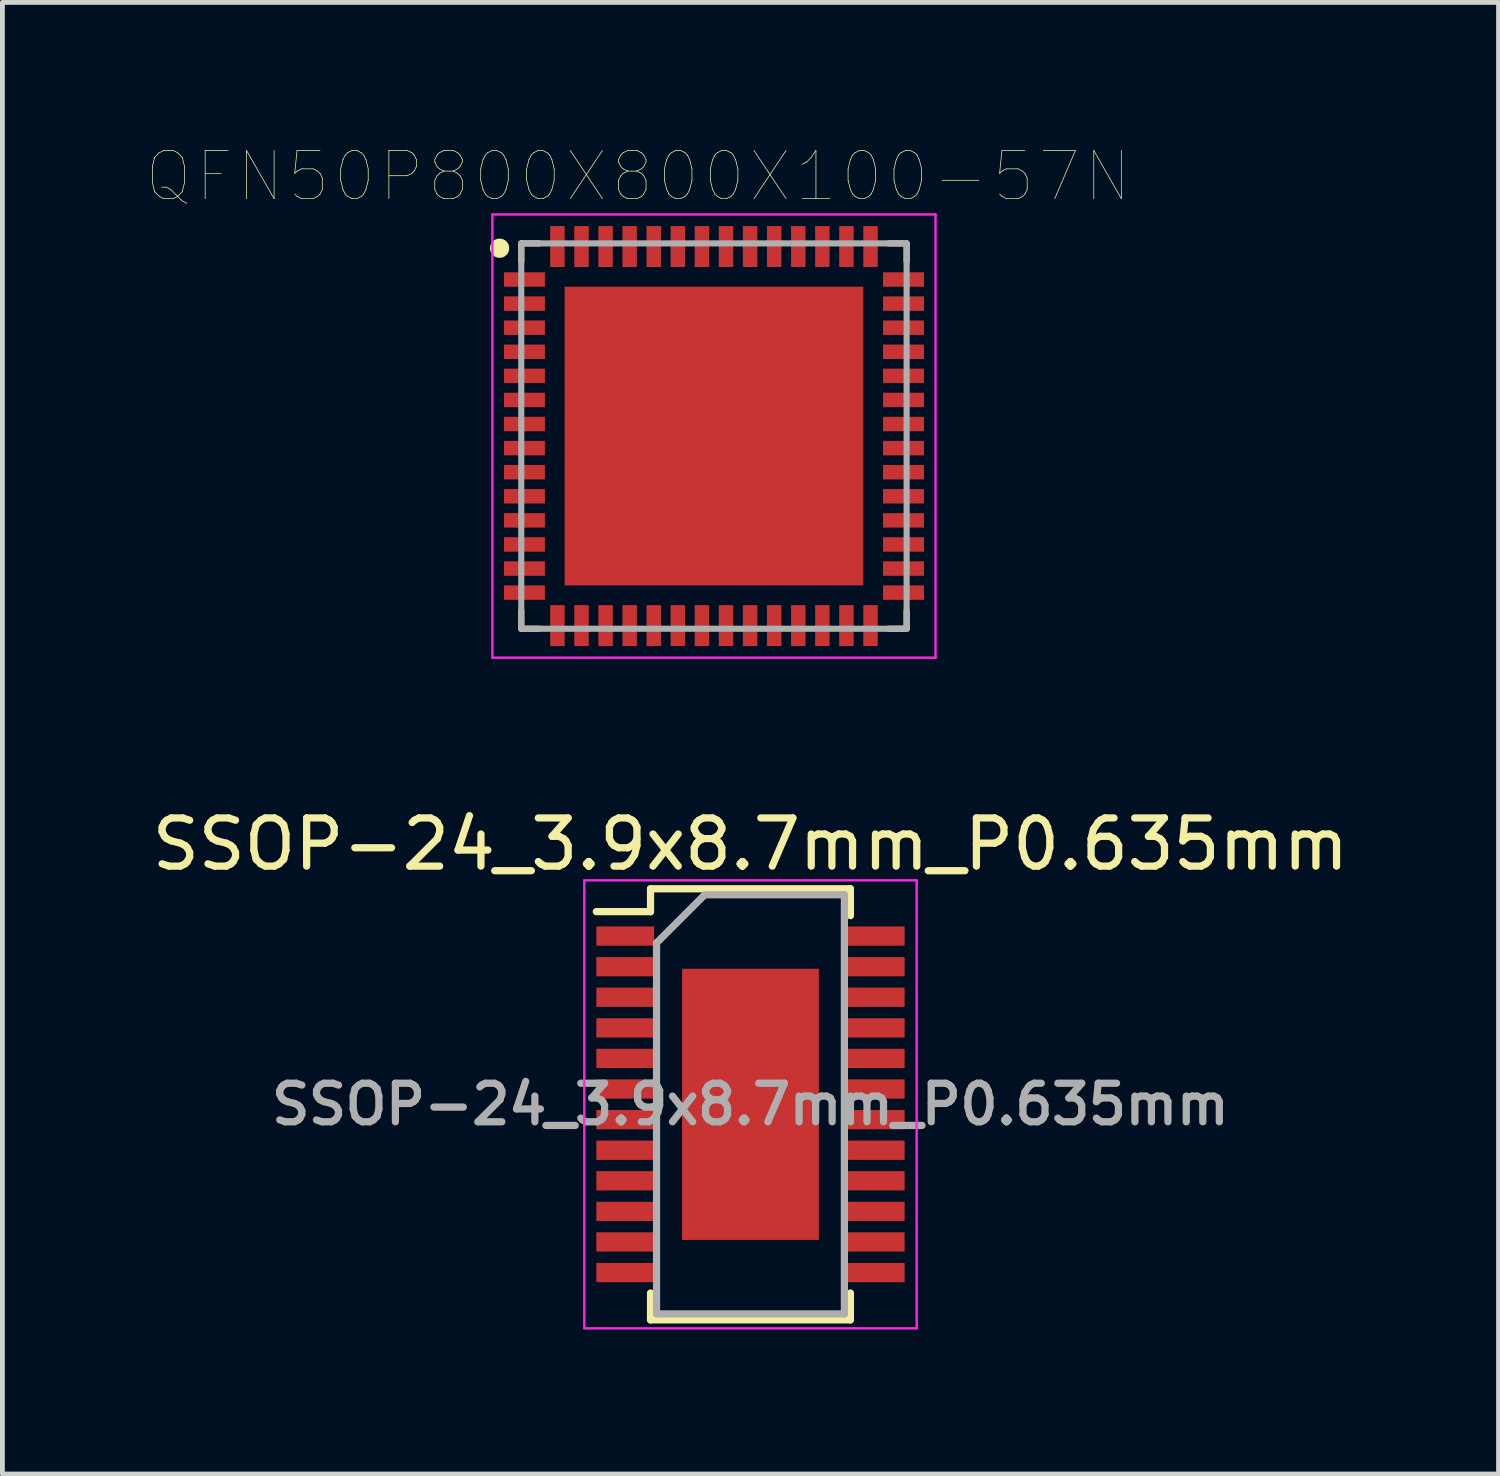
<source format=kicad_pcb>
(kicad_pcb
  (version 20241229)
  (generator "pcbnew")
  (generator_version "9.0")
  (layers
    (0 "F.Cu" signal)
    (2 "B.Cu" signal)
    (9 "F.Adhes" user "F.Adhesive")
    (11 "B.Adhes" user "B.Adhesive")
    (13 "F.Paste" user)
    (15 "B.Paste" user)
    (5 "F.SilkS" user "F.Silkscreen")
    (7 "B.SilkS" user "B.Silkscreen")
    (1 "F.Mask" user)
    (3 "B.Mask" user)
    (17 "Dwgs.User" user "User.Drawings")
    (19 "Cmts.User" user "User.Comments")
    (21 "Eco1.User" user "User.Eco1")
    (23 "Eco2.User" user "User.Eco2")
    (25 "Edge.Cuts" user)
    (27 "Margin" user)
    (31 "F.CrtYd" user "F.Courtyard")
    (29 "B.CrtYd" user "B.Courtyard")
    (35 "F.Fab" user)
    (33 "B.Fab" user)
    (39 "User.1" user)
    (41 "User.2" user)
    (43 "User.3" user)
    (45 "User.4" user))
  (footprint "QFN50P800X800X100-57N"
    (layer "F.Cu")
    (at 11.772 6.003)
    (property "Reference" "QFN50P800X800X100-57N" (at -1.577 -5.391 0) (layer "F.SilkS") (effects (font (size 1.001 1.001) (thickness 0.015))))
    (attr through_hole)
    (fp_line (start -4 -4) (end -4 -3.625) (stroke (width 0.127) (type solid)) (layer "F.SilkS"))
    (fp_line (start -4 3.625) (end -4 4) (stroke (width 0.127) (type solid)) (layer "F.SilkS"))
    (fp_line (start -4 4) (end -3.625 4) (stroke (width 0.127) (type solid)) (layer "F.SilkS"))
    (fp_line (start -3.625 -4) (end -4 -4) (stroke (width 0.127) (type solid)) (layer "F.SilkS"))
    (fp_line (start 3.625 4) (end 4 4) (stroke (width 0.127) (type solid)) (layer "F.SilkS"))
    (fp_line (start 4 -4) (end 3.625 -4) (stroke (width 0.127) (type solid)) (layer "F.SilkS"))
    (fp_line (start 4 -3.625) (end 4 -4) (stroke (width 0.127) (type solid)) (layer "F.SilkS"))
    (fp_line (start 4 4) (end 4 3.625) (stroke (width 0.127) (type solid)) (layer "F.SilkS"))
    (fp_circle (center -4.45 -3.9) (end -4.35 -3.9) (stroke (width 0.2) (type solid)) (fill no) (layer "F.SilkS"))
    (fp_poly (pts (xy -2.358 0.395) (xy -0.395 0.395) (xy -0.395 2.358) (xy -2.358 2.358)) (stroke (width 0.01) (type solid)) (fill yes) (layer "F.Paste"))
    (fp_poly (pts (xy -2.358 -2.355) (xy -0.395 -2.355) (xy -0.395 -0.396) (xy -2.358 -0.396)) (stroke (width 0.01) (type solid)) (fill yes) (layer "F.Paste"))
    (fp_poly (pts (xy 0.396 -2.355) (xy 2.355 -2.355) (xy 2.355 -0.396) (xy 0.396 -0.396)) (stroke (width 0.01) (type solid)) (fill yes) (layer "F.Paste"))
    (fp_poly (pts (xy 0.396 0.395) (xy 2.355 0.395) (xy 2.355 2.36) (xy 0.396 2.36)) (stroke (width 0.01) (type solid)) (fill yes) (layer "F.Paste"))
    (fp_line (start -4.6 -4.6) (end 4.6 -4.6) (stroke (width 0.05) (type solid)) (layer "F.CrtYd"))
    (fp_line (start -4.6 4.6) (end -4.6 -4.6) (stroke (width 0.05) (type solid)) (layer "F.CrtYd"))
    (fp_line (start 4.6 -4.6) (end 4.6 4.6) (stroke (width 0.05) (type solid)) (layer "F.CrtYd"))
    (fp_line (start 4.6 4.6) (end -4.6 4.6) (stroke (width 0.05) (type solid)) (layer "F.CrtYd"))
    (fp_line (start -4 -4) (end 4 -4) (stroke (width 0.127) (type solid)) (layer "F.Fab"))
    (fp_line (start -4 4) (end -4 -4) (stroke (width 0.127) (type solid)) (layer "F.Fab"))
    (fp_line (start 4 -4) (end 4 4) (stroke (width 0.127) (type solid)) (layer "F.Fab"))
    (fp_line (start 4 4) (end -4 4) (stroke (width 0.127) (type solid)) (layer "F.Fab"))
    (pad "1" smd rect (at -3.935 -3.25) (size 0.85 0.3) (layers "F.Cu" "F.Mask" "F.Paste"))
    (pad "2" smd rect (at -3.935 -2.75) (size 0.85 0.3) (layers "F.Cu" "F.Mask" "F.Paste"))
    (pad "3" smd rect (at -3.935 -2.25) (size 0.85 0.3) (layers "F.Cu" "F.Mask" "F.Paste"))
    (pad "4" smd rect (at -3.935 -1.75) (size 0.85 0.3) (layers "F.Cu" "F.Mask" "F.Paste"))
    (pad "5" smd rect (at -3.935 -1.25) (size 0.85 0.3) (layers "F.Cu" "F.Mask" "F.Paste"))
    (pad "6" smd rect (at -3.935 -0.75) (size 0.85 0.3) (layers "F.Cu" "F.Mask" "F.Paste"))
    (pad "7" smd rect (at -3.935 -0.25) (size 0.85 0.3) (layers "F.Cu" "F.Mask" "F.Paste"))
    (pad "8" smd rect (at -3.935 0.25) (size 0.85 0.3) (layers "F.Cu" "F.Mask" "F.Paste"))
    (pad "9" smd rect (at -3.935 0.75) (size 0.85 0.3) (layers "F.Cu" "F.Mask" "F.Paste"))
    (pad "10" smd rect (at -3.935 1.25) (size 0.85 0.3) (layers "F.Cu" "F.Mask" "F.Paste"))
    (pad "11" smd rect (at -3.935 1.75) (size 0.85 0.3) (layers "F.Cu" "F.Mask" "F.Paste"))
    (pad "12" smd rect (at -3.935 2.25) (size 0.85 0.3) (layers "F.Cu" "F.Mask" "F.Paste"))
    (pad "13" smd rect (at -3.935 2.75) (size 0.85 0.3) (layers "F.Cu" "F.Mask" "F.Paste"))
    (pad "14" smd rect (at -3.935 3.25) (size 0.85 0.3) (layers "F.Cu" "F.Mask" "F.Paste"))
    (pad "15" smd rect (at -3.25 3.935) (size 0.3 0.85) (layers "F.Cu" "F.Mask" "F.Paste"))
    (pad "16" smd rect (at -2.75 3.935) (size 0.3 0.85) (layers "F.Cu" "F.Mask" "F.Paste"))
    (pad "17" smd rect (at -2.25 3.935) (size 0.3 0.85) (layers "F.Cu" "F.Mask" "F.Paste"))
    (pad "18" smd rect (at -1.75 3.935) (size 0.3 0.85) (layers "F.Cu" "F.Mask" "F.Paste"))
    (pad "19" smd rect (at -1.25 3.935) (size 0.3 0.85) (layers "F.Cu" "F.Mask" "F.Paste"))
    (pad "20" smd rect (at -0.75 3.935) (size 0.3 0.85) (layers "F.Cu" "F.Mask" "F.Paste"))
    (pad "21" smd rect (at -0.25 3.935) (size 0.3 0.85) (layers "F.Cu" "F.Mask" "F.Paste"))
    (pad "22" smd rect (at 0.25 3.935) (size 0.3 0.85) (layers "F.Cu" "F.Mask" "F.Paste"))
    (pad "23" smd rect (at 0.75 3.935) (size 0.3 0.85) (layers "F.Cu" "F.Mask" "F.Paste"))
    (pad "24" smd rect (at 1.25 3.935) (size 0.3 0.85) (layers "F.Cu" "F.Mask" "F.Paste"))
    (pad "25" smd rect (at 1.75 3.935) (size 0.3 0.85) (layers "F.Cu" "F.Mask" "F.Paste"))
    (pad "26" smd rect (at 2.25 3.935) (size 0.3 0.85) (layers "F.Cu" "F.Mask" "F.Paste"))
    (pad "27" smd rect (at 2.75 3.935) (size 0.3 0.85) (layers "F.Cu" "F.Mask" "F.Paste"))
    (pad "28" smd rect (at 3.25 3.935) (size 0.3 0.85) (layers "F.Cu" "F.Mask" "F.Paste"))
    (pad "29" smd rect (at 3.935 3.25) (size 0.85 0.3) (layers "F.Cu" "F.Mask" "F.Paste"))
    (pad "30" smd rect (at 3.935 2.75) (size 0.85 0.3) (layers "F.Cu" "F.Mask" "F.Paste"))
    (pad "31" smd rect (at 3.935 2.25) (size 0.85 0.3) (layers "F.Cu" "F.Mask" "F.Paste"))
    (pad "32" smd rect (at 3.935 1.75) (size 0.85 0.3) (layers "F.Cu" "F.Mask" "F.Paste"))
    (pad "33" smd rect (at 3.935 1.25) (size 0.85 0.3) (layers "F.Cu" "F.Mask" "F.Paste"))
    (pad "34" smd rect (at 3.935 0.75) (size 0.85 0.3) (layers "F.Cu" "F.Mask" "F.Paste"))
    (pad "35" smd rect (at 3.935 0.25) (size 0.85 0.3) (layers "F.Cu" "F.Mask" "F.Paste"))
    (pad "36" smd rect (at 3.935 -0.25) (size 0.85 0.3) (layers "F.Cu" "F.Mask" "F.Paste"))
    (pad "37" smd rect (at 3.935 -0.75) (size 0.85 0.3) (layers "F.Cu" "F.Mask" "F.Paste"))
    (pad "38" smd rect (at 3.935 -1.25) (size 0.85 0.3) (layers "F.Cu" "F.Mask" "F.Paste"))
    (pad "39" smd rect (at 3.935 -1.75) (size 0.85 0.3) (layers "F.Cu" "F.Mask" "F.Paste"))
    (pad "40" smd rect (at 3.935 -2.25) (size 0.85 0.3) (layers "F.Cu" "F.Mask" "F.Paste"))
    (pad "41" smd rect (at 3.935 -2.75) (size 0.85 0.3) (layers "F.Cu" "F.Mask" "F.Paste"))
    (pad "42" smd rect (at 3.935 -3.25) (size 0.85 0.3) (layers "F.Cu" "F.Mask" "F.Paste"))
    (pad "43" smd rect (at 3.25 -3.935) (size 0.3 0.85) (layers "F.Cu" "F.Mask" "F.Paste"))
    (pad "44" smd rect (at 2.75 -3.935) (size 0.3 0.85) (layers "F.Cu" "F.Mask" "F.Paste"))
    (pad "45" smd rect (at 2.25 -3.935) (size 0.3 0.85) (layers "F.Cu" "F.Mask" "F.Paste"))
    (pad "46" smd rect (at 1.75 -3.935) (size 0.3 0.85) (layers "F.Cu" "F.Mask" "F.Paste"))
    (pad "47" smd rect (at 1.25 -3.935) (size 0.3 0.85) (layers "F.Cu" "F.Mask" "F.Paste"))
    (pad "48" smd rect (at 0.75 -3.935) (size 0.3 0.85) (layers "F.Cu" "F.Mask" "F.Paste"))
    (pad "49" smd rect (at 0.25 -3.935) (size 0.3 0.85) (layers "F.Cu" "F.Mask" "F.Paste"))
    (pad "50" smd rect (at -0.25 -3.935) (size 0.3 0.85) (layers "F.Cu" "F.Mask" "F.Paste"))
    (pad "51" smd rect (at -0.75 -3.935) (size 0.3 0.85) (layers "F.Cu" "F.Mask" "F.Paste"))
    (pad "52" smd rect (at -1.25 -3.935) (size 0.3 0.85) (layers "F.Cu" "F.Mask" "F.Paste"))
    (pad "53" smd rect (at -1.75 -3.935) (size 0.3 0.85) (layers "F.Cu" "F.Mask" "F.Paste"))
    (pad "54" smd rect (at -2.25 -3.935) (size 0.3 0.85) (layers "F.Cu" "F.Mask" "F.Paste"))
    (pad "55" smd rect (at -2.75 -3.935) (size 0.3 0.85) (layers "F.Cu" "F.Mask" "F.Paste"))
    (pad "56" smd rect (at -3.25 -3.935) (size 0.3 0.85) (layers "F.Cu" "F.Mask" "F.Paste"))
    (pad "57" smd rect (at 0 0) (size 6.2 6.2) (layers "F.Cu" "F.Mask")))
  (footprint "SSOP-24_3.9x8.7mm_P0.635mm"
    (layer "F.Cu")
    (at 12.53 19.876)
    (property "Reference" "SSOP-24_3.9x8.7mm_P0.635mm" (at 0 -5.4 0) (layer "F.SilkS") (effects (font (size 1 1) (thickness 0.15))))
    (attr smd)
    (fp_line (start -2.075 -4.475) (end -2.075 -4) (stroke (width 0.15) (type solid)) (layer "F.SilkS"))
    (fp_line (start -2.075 -4.475) (end 2.075 -4.475) (stroke (width 0.15) (type solid)) (layer "F.SilkS"))
    (fp_line (start -2.075 -4) (end -3.2 -4) (stroke (width 0.15) (type solid)) (layer "F.SilkS"))
    (fp_line (start -2.075 4.475) (end -2.075 3.917) (stroke (width 0.15) (type solid)) (layer "F.SilkS"))
    (fp_line (start -2.075 4.475) (end 2.075 4.475) (stroke (width 0.15) (type solid)) (layer "F.SilkS"))
    (fp_line (start 2.075 -4.475) (end 2.075 -3.917) (stroke (width 0.15) (type solid)) (layer "F.SilkS"))
    (fp_line (start 2.075 4.475) (end 2.075 3.917) (stroke (width 0.15) (type solid)) (layer "F.SilkS"))
    (fp_line (start -3.45 -4.65) (end -3.45 4.65) (stroke (width 0.05) (type solid)) (layer "F.CrtYd"))
    (fp_line (start -3.45 -4.65) (end 3.45 -4.65) (stroke (width 0.05) (type solid)) (layer "F.CrtYd"))
    (fp_line (start -3.45 4.65) (end 3.45 4.65) (stroke (width 0.05) (type solid)) (layer "F.CrtYd"))
    (fp_line (start 3.45 -4.65) (end 3.45 4.65) (stroke (width 0.05) (type solid)) (layer "F.CrtYd"))
    (fp_line (start -1.95 -3.35) (end -0.95 -4.35) (stroke (width 0.15) (type solid)) (layer "F.Fab"))
    (fp_line (start -1.95 4.35) (end -1.95 -3.35) (stroke (width 0.15) (type solid)) (layer "F.Fab"))
    (fp_line (start -0.95 -4.35) (end 1.95 -4.35) (stroke (width 0.15) (type solid)) (layer "F.Fab"))
    (fp_line (start 1.95 -4.35) (end 1.95 4.35) (stroke (width 0.15) (type solid)) (layer "F.Fab"))
    (fp_line (start 1.95 4.35) (end -1.95 4.35) (stroke (width 0.15) (type solid)) (layer "F.Fab"))
    (fp_text user "${REFERENCE}" (at 0 0 0) (layer "F.Fab") (effects (font (size 0.8 0.8) (thickness 0.15))))
    (pad "1" smd rect (at -2.6 -3.493) (size 1.2 0.4) (layers "F.Cu" "F.Mask" "F.Paste"))
    (pad "2" smd rect (at -2.6 -2.857) (size 1.2 0.4) (layers "F.Cu" "F.Mask" "F.Paste"))
    (pad "3" smd rect (at -2.6 -2.223) (size 1.2 0.4) (layers "F.Cu" "F.Mask" "F.Paste"))
    (pad "4" smd rect (at -2.6 -1.587) (size 1.2 0.4) (layers "F.Cu" "F.Mask" "F.Paste"))
    (pad "5" smd rect (at -2.6 -0.953) (size 1.2 0.4) (layers "F.Cu" "F.Mask" "F.Paste"))
    (pad "6" smd rect (at -2.6 -0.318) (size 1.2 0.4) (layers "F.Cu" "F.Mask" "F.Paste"))
    (pad "7" smd rect (at -2.6 0.318) (size 1.2 0.4) (layers "F.Cu" "F.Mask" "F.Paste"))
    (pad "8" smd rect (at -2.6 0.953) (size 1.2 0.4) (layers "F.Cu" "F.Mask" "F.Paste"))
    (pad "9" smd rect (at -2.6 1.587) (size 1.2 0.4) (layers "F.Cu" "F.Mask" "F.Paste"))
    (pad "10" smd rect (at -2.6 2.223) (size 1.2 0.4) (layers "F.Cu" "F.Mask" "F.Paste"))
    (pad "11" smd rect (at -2.6 2.857) (size 1.2 0.4) (layers "F.Cu" "F.Mask" "F.Paste"))
    (pad "12" smd rect (at -2.6 3.493) (size 1.2 0.4) (layers "F.Cu" "F.Mask" "F.Paste"))
    (pad "13" smd rect (at 2.6 3.493) (size 1.2 0.4) (layers "F.Cu" "F.Mask" "F.Paste"))
    (pad "14" smd rect (at 2.6 2.857) (size 1.2 0.4) (layers "F.Cu" "F.Mask" "F.Paste"))
    (pad "15" smd rect (at 2.6 2.223) (size 1.2 0.4) (layers "F.Cu" "F.Mask" "F.Paste"))
    (pad "16" smd rect (at 2.6 1.587) (size 1.2 0.4) (layers "F.Cu" "F.Mask" "F.Paste"))
    (pad "17" smd rect (at 2.6 0.953) (size 1.2 0.4) (layers "F.Cu" "F.Mask" "F.Paste"))
    (pad "18" smd rect (at 2.6 0.318) (size 1.2 0.4) (layers "F.Cu" "F.Mask" "F.Paste"))
    (pad "19" smd rect (at 2.6 -0.318) (size 1.2 0.4) (layers "F.Cu" "F.Mask" "F.Paste"))
    (pad "20" smd rect (at 2.6 -0.953) (size 1.2 0.4) (layers "F.Cu" "F.Mask" "F.Paste"))
    (pad "21" smd rect (at 2.6 -1.587) (size 1.2 0.4) (layers "F.Cu" "F.Mask" "F.Paste"))
    (pad "22" smd rect (at 2.6 -2.223) (size 1.2 0.4) (layers "F.Cu" "F.Mask" "F.Paste"))
    (pad "23" smd rect (at 2.6 -2.857) (size 1.2 0.4) (layers "F.Cu" "F.Mask" "F.Paste"))
    (pad "24" smd rect (at 2.6 -3.493) (size 1.2 0.4) (layers "F.Cu" "F.Mask" "F.Paste"))
    (pad "EPAD" smd rect (at 0 0) (size 2.84 5.63) (layers "F.Cu" "F.Mask" "F.Paste")))
  (gr_rect
    (start -3 -3)
    (end 28.06 27.551)
    (stroke (width 0.1) (type default))
    (fill no)
    (layer "Edge.Cuts")))
</source>
